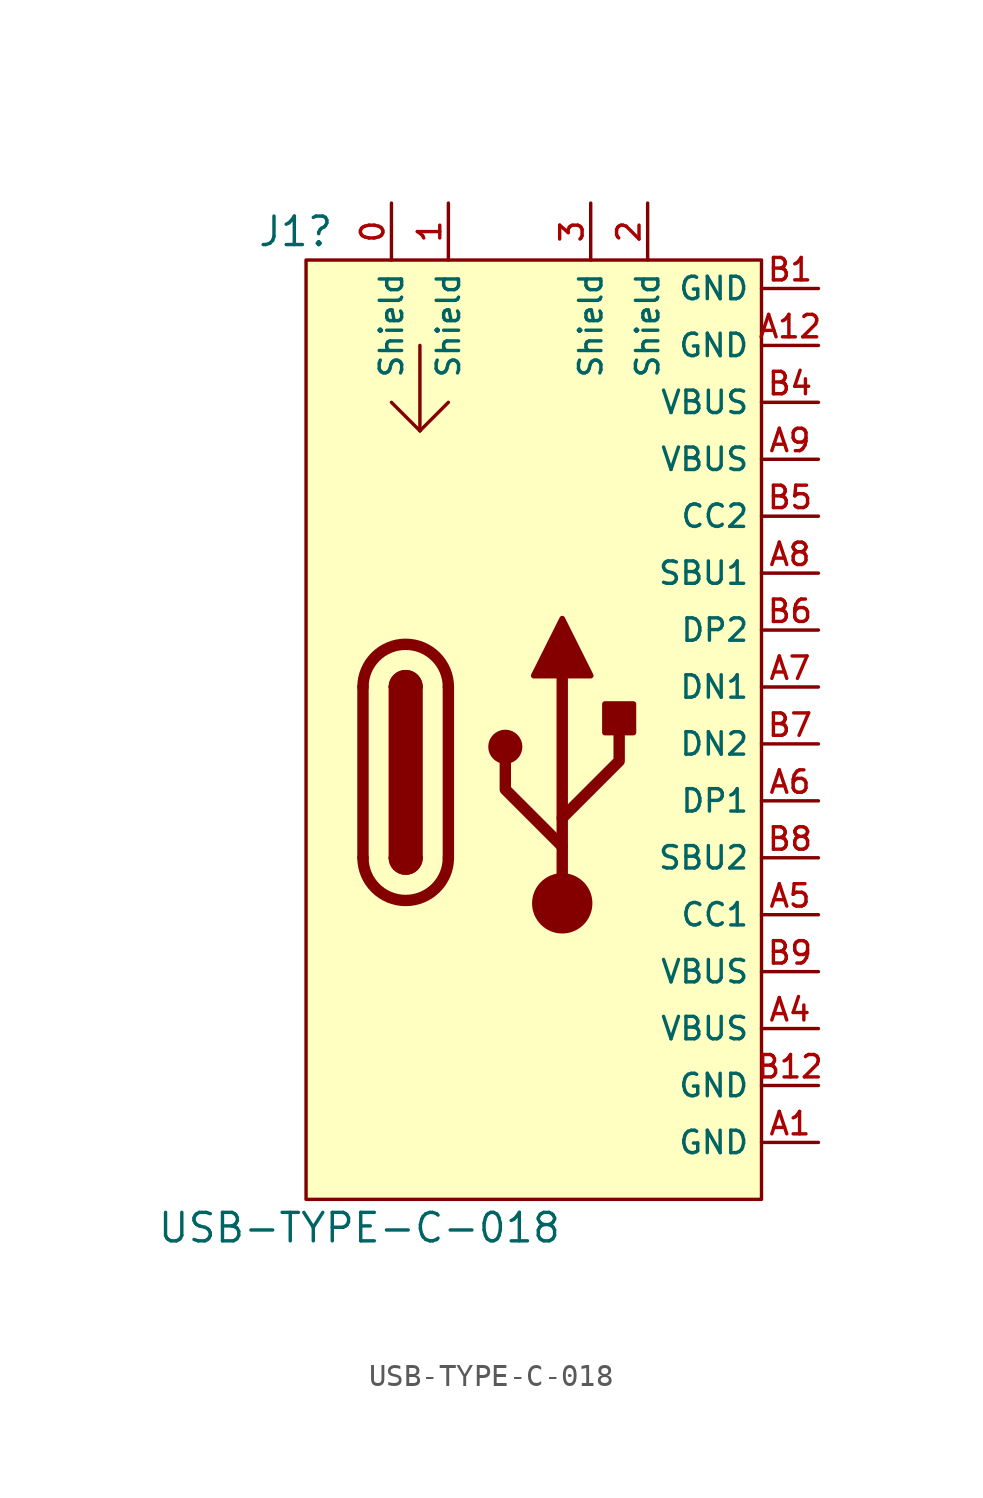
<source format=kicad_sym>
(kicad_symbol_lib
  (version 20220914)
  (generator kicad_symbol_editor)
  (symbol "USB-TYPE-C-018"
    (property "Reference" "J1"
      (at -2.54 17.78 0)
      (effects (font (size 1.27 1.27)) (justify right)))
    (property "Value" "USB-TYPE-C-018"
      (at 7.62 -26.67 0)
      (effects (font (size 1.27 1.27)) (justify right)))
    (symbol "USB-TYPE-C-018_0_1"
      (rectangle (start -3.81 16.51) (end 16.51 -25.4) (stroke (width 0) (type default)) (fill (type background)))
      (arc (start -1.27 -10.16) (mid 0.635 -12.0567) (end 2.54 -10.16) (stroke (width 0.508) (type default)) (fill (type none)))
      (arc (start 0 -10.16) (mid 0.635 -10.7923) (end 1.27 -10.16) (stroke (width 0.254) (type default)) (fill (type none)))
      (arc (start 0 -10.16) (mid 0.635 -10.7923) (end 1.27 -10.16) (stroke (width 0.254) (type default)) (fill (type outline)))
      (rectangle (start 0 -10.16) (end 1.27 -2.54) (stroke (width 0.254) (type default)) (fill (type outline)))
      (polyline (pts (xy -1.27 -10.16) (xy -1.27 -2.54)) (stroke (width 0.508) (type default)) (fill (type none)))
      (polyline (pts (xy 1.27 8.89) (xy 0 10.16)) (stroke (width 0) (type default)) (fill (type none)))
      (polyline (pts (xy 1.27 8.89) (xy 2.54 10.16)) (stroke (width 0) (type default)) (fill (type none)))
      (polyline (pts (xy 1.27 12.7) (xy 1.27 8.89)) (stroke (width 0) (type default)) (fill (type none)))
      (polyline (pts (xy 2.54 -2.54) (xy 2.54 -10.16)) (stroke (width 0.508) (type default)) (fill (type none)))
      (polyline (pts (xy 7.62 -12.192) (xy 7.62 -2.032)) (stroke (width 0.508) (type default)) (fill (type none)))
      (polyline (pts (xy 7.62 -9.652) (xy 5.08 -7.112) (xy 5.08 -5.842)) (stroke (width 0.508) (type default)) (fill (type none)))
      (polyline (pts (xy 7.62 -8.382) (xy 10.16 -5.842) (xy 10.16 -4.572)) (stroke (width 0.508) (type default)) (fill (type none)))
      (polyline (pts (xy 6.35 -2.032) (xy 7.62 0.508) (xy 8.89 -2.032) (xy 6.35 -2.032)) (stroke (width 0.254) (type default)) (fill (type outline)))
      (arc (start 1.27 -2.54) (mid 0.635 -1.9077) (end 0 -2.54) (stroke (width 0.254) (type default)) (fill (type none)))
      (arc (start 1.27 -2.54) (mid 0.635 -1.9077) (end 0 -2.54) (stroke (width 0.254) (type default)) (fill (type outline)))
      (arc (start 2.54 -2.54) (mid 0.635 -0.6433) (end -1.27 -2.54) (stroke (width 0.508) (type default)) (fill (type none)))
      (circle (center 5.08 -5.207) (radius 0.635) (stroke (width 0.254) (type default)) (fill (type outline)))
      (circle (center 7.62 -12.192) (radius 1.27) (stroke (width 0) (type default)) (fill (type outline)))
      (rectangle (start 9.525 -4.572) (end 10.795 -3.302) (stroke (width 0.254) (type default)) (fill (type outline))))
    (symbol "USB-TYPE-C-018_1_1"
      (pin passive line (at 0 19.05 270) (length 2.54) (name "Shield" (effects (font (size 1 1)))) (number "0" (effects (font (size 1 1)))))
      (pin passive line (at 2.54 19.05 270) (length 2.54) (name "Shield" (effects (font (size 1 1)))) (number "1" (effects (font (size 1 1)))))
      (pin passive line (at 11.43 19.05 270) (length 2.54) (name "Shield" (effects (font (size 1 1)))) (number "2" (effects (font (size 1 1)))))
      (pin passive line (at 8.89 19.05 270) (length 2.54) (name "Shield" (effects (font (size 1 1)))) (number "3" (effects (font (size 1 1)))))
      (pin passive line (at 19.05 -22.86 180) (length 2.54) (name "GND" (effects (font (size 1 1)))) (number "A1" (effects (font (size 1 1)))))
      (pin passive line (at 19.05 12.7 180) (length 2.54) (name "GND" (effects (font (size 1 1)))) (number "A12" (effects (font (size 1 1)))))
      (pin passive line (at 19.05 -17.78 180) (length 2.54) (name "VBUS" (effects (font (size 1 1)))) (number "A4" (effects (font (size 1 1)))))
      (pin bidirectional line (at 19.05 -12.7 180) (length 2.54) (name "CC1" (effects (font (size 1 1)))) (number "A5" (effects (font (size 1 1)))))
      (pin bidirectional line (at 19.05 -7.62 180) (length 2.54) (name "DP1" (effects (font (size 1 1)))) (number "A6" (effects (font (size 1 1)))))
      (pin bidirectional line (at 19.05 -2.54 180) (length 2.54) (name "DN1" (effects (font (size 1 1)))) (number "A7" (effects (font (size 1 1)))))
      (pin bidirectional line (at 19.05 2.54 180) (length 2.54) (name "SBU1" (effects (font (size 1 1)))) (number "A8" (effects (font (size 1 1)))))
      (pin passive line (at 19.05 7.62 180) (length 2.54) (name "VBUS" (effects (font (size 1 1)))) (number "A9" (effects (font (size 1 1)))))
      (pin passive line (at 19.05 15.24 180) (length 2.54) (name "GND" (effects (font (size 1 1)))) (number "B1" (effects (font (size 1 1)))))
      (pin passive line (at 19.05 -20.32 180) (length 2.54) (name "GND" (effects (font (size 1 1)))) (number "B12" (effects (font (size 1 1)))))
      (pin passive line (at 19.05 10.16 180) (length 2.54) (name "VBUS" (effects (font (size 1 1)))) (number "B4" (effects (font (size 1 1)))))
      (pin bidirectional line (at 19.05 5.08 180) (length 2.54) (name "CC2" (effects (font (size 1 1)))) (number "B5" (effects (font (size 1 1)))))
      (pin bidirectional line (at 19.05 0 180) (length 2.54) (name "DP2" (effects (font (size 1 1)))) (number "B6" (effects (font (size 1 1)))))
      (pin bidirectional line (at 19.05 -5.08 180) (length 2.54) (name "DN2" (effects (font (size 1 1)))) (number "B7" (effects (font (size 1 1)))))
      (pin bidirectional line (at 19.05 -10.16 180) (length 2.54) (name "SBU2" (effects (font (size 1 1)))) (number "B8" (effects (font (size 1 1)))))
      (pin passive line (at 19.05 -15.24 180) (length 2.54) (name "VBUS" (effects (font (size 1 1)))) (number "B9" (effects (font (size 1 1))))))))
</source>
